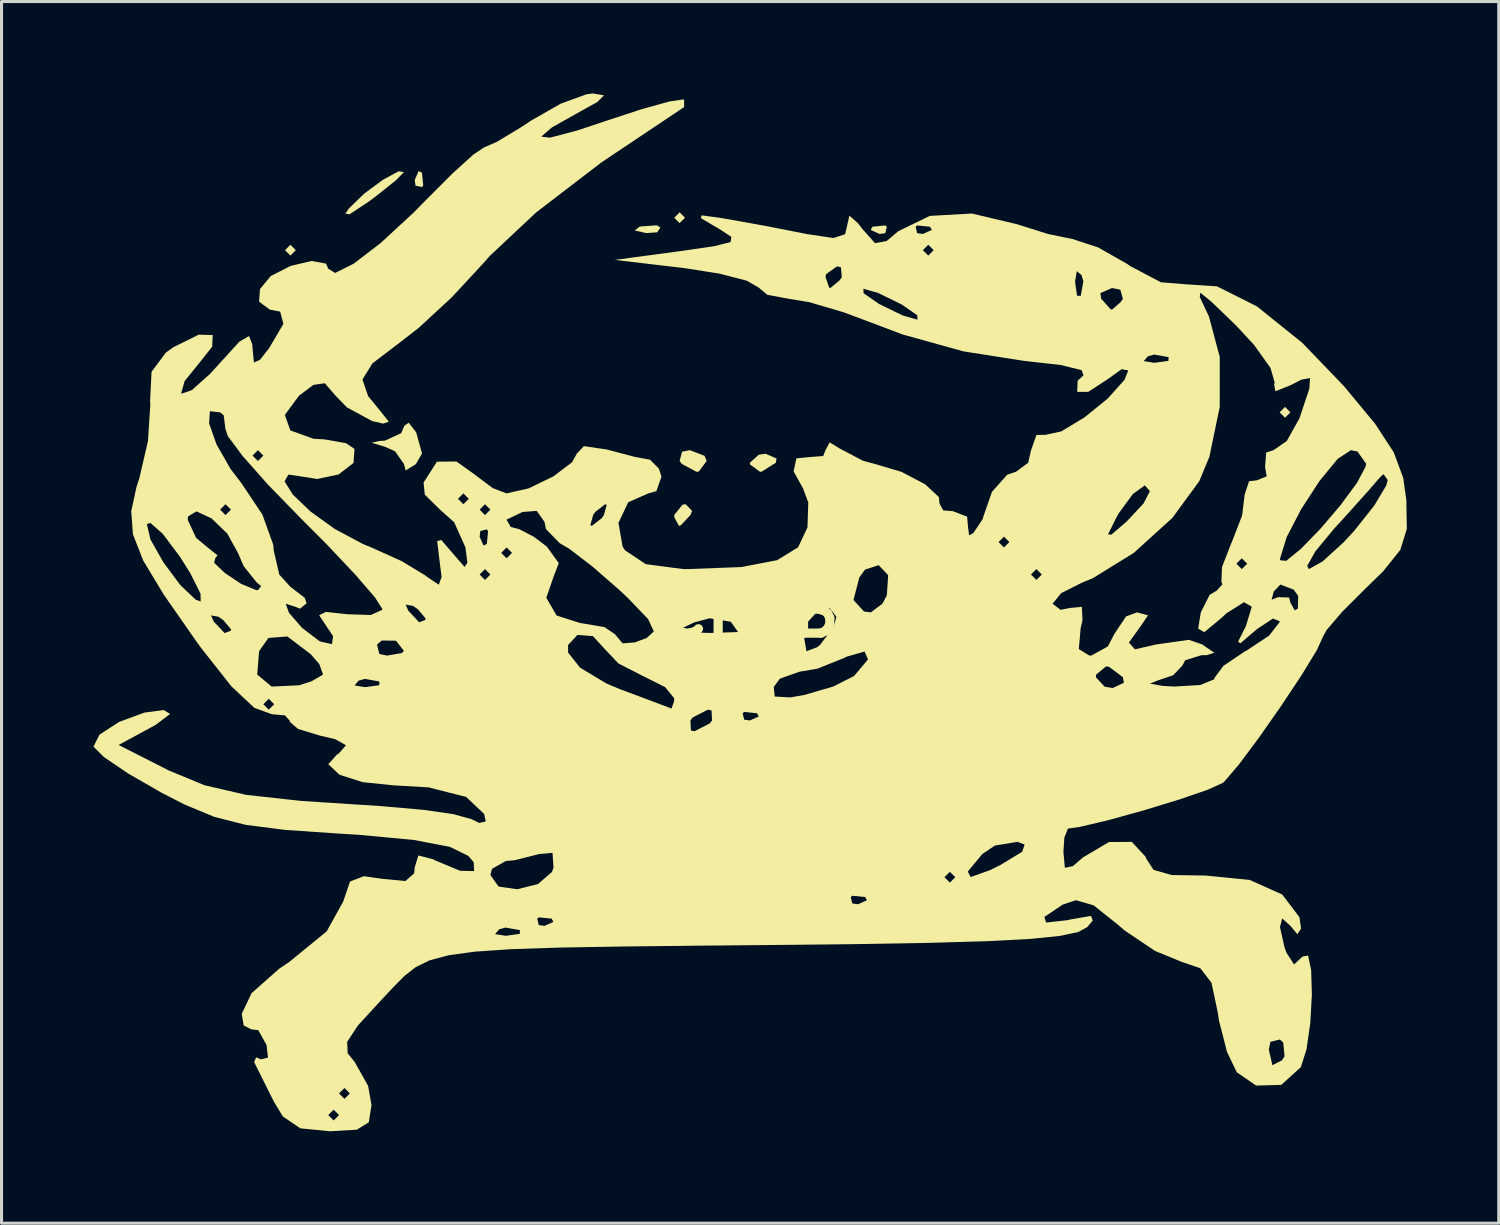
<source format=kicad_pcb>
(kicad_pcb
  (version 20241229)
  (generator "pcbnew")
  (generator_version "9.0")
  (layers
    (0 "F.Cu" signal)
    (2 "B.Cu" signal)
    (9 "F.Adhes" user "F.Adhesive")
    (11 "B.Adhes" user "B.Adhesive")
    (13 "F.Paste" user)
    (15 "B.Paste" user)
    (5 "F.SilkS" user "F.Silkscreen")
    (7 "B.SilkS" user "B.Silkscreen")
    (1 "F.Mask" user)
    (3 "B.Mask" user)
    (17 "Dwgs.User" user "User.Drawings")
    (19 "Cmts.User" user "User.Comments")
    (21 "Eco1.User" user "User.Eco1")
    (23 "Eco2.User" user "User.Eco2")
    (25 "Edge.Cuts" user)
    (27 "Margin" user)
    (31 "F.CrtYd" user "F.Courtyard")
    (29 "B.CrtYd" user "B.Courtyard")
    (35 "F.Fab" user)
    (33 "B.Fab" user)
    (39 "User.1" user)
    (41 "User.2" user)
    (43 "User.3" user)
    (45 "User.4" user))
  (footprint "CRAB"
    (layer "F.Cu")
    (at 21.419 16.931)
    (property "Reference" "CRAB" (at 0 0 0) (layer "F.SilkS") (effects (font (size 1.5 1.5) (thickness 0.3))))
    (attr board_only exclude_from_pos_files exclude_from_bom)
    (fp_poly (pts (xy -14.817 -11.818) (xy -14.993 -11.642) (xy -15.169 -11.818) (xy -14.993 -11.994)) (stroke (width 0) (type solid)) (fill yes) (layer "F.SilkS"))
    (fp_poly (pts (xy -2.117 -12.876) (xy -2.293 -12.7) (xy -2.469 -12.876) (xy -2.293 -13.053)) (stroke (width 0) (type solid)) (fill yes) (layer "F.SilkS"))
    (fp_poly (pts (xy 17.639 -6.526) (xy 17.462 -6.35) (xy 17.286 -6.526) (xy 17.462 -6.703)) (stroke (width 0) (type solid)) (fill yes) (layer "F.SilkS"))
    (fp_poly (pts (xy -10.701 -14.346) (xy -10.659 -13.928) (xy -10.701 -13.876) (xy -10.911 -13.924) (xy -10.936 -14.111) (xy -10.807 -14.401)) (stroke (width 0) (type solid)) (fill yes) (layer "F.SilkS"))
    (fp_poly (pts (xy -2.918 -12.56) (xy -3.023 -12.4) (xy -3.381 -12.375) (xy -3.757 -12.461) (xy -3.594 -12.588) (xy -3.043 -12.63)) (stroke (width 0) (type solid)) (fill yes) (layer "F.SilkS"))
    (fp_poly (pts (xy 4.469 -12.582) (xy 4.42 -12.373) (xy 4.233 -12.347) (xy 3.943 -12.476) (xy 3.998 -12.582) (xy 4.417 -12.625)) (stroke (width 0) (type solid)) (fill yes) (layer "F.SilkS"))
    (fp_poly (pts (xy -1.885 -3.312) (xy -1.94 -3.175) (xy -2.257 -2.838) (xy -2.314 -2.822) (xy -2.465 -3.095) (xy -2.469 -3.175) (xy -2.198 -3.514) (xy -2.096 -3.528)) (stroke (width 0) (type solid)) (fill yes) (layer "F.SilkS"))
    (fp_poly (pts (xy -1.478 -5.107) (xy -1.411 -4.939) (xy -1.664 -4.596) (xy -1.743 -4.586) (xy -2.221 -4.843) (xy -2.293 -4.939) (xy -2.213 -5.241) (xy -1.961 -5.292)) (stroke (width 0) (type solid)) (fill yes) (layer "F.SilkS"))
    (fp_poly (pts (xy 0.869 -5.021) (xy 0.846 -4.88) (xy 0.38 -4.589) (xy 0.332 -4.586) (xy 0.006 -4.823) (xy 0 -4.88) (xy 0.286 -5.143) (xy 0.514 -5.174)) (stroke (width 0) (type solid)) (fill yes) (layer "F.SilkS"))
    (fp_poly (pts (xy -11.289 -14.366) (xy -11.545 -14.102) (xy -12.183 -13.592) (xy -12.435 -13.404) (xy -13.061 -12.99) (xy -13.2 -13.011) (xy -13.082 -13.181) (xy -12.582 -13.666) (xy -11.966 -14.119) (xy -11.461 -14.392)) (stroke (width 0) (type solid)) (fill yes) (layer "F.SilkS"))
    (fp_poly (pts (xy -10.889 -5.875) (xy -10.698 -5.184) (xy -10.9 -4.834) (xy -11.231 -4.631) (xy -11.289 -4.842) (xy -11.58 -5.256) (xy -11.906 -5.401) (xy -12.341 -5.535) (xy -12.091 -5.591) (xy -11.906 -5.604) (xy -11.376 -5.848) (xy -11.278 -6.085) (xy -11.134 -6.189)) (stroke (width 0) (type solid)) (fill yes) (layer "F.SilkS"))
    (fp_poly (pts (xy -4.76 -16.871) (xy -4.978 -16.651) (xy -5.468 -16.38) (xy -6.461 -15.822) (xy -6.808 -15.523) (xy -6.523 -15.489) (xy -5.621 -15.728) (xy -4.751 -16.018) (xy -3.546 -16.414) (xy -2.625 -16.67) (xy -2.165 -16.737) (xy -2.147 -16.729) (xy -2.146 -16.487) (xy -4.848 -14.679) (xy -6.975 -13.049) (xy -8.489 -11.628) (xy -8.723 -11.363) (xy -9.729 -10.278) (xy -10.801 -9.287) (xy -11.422 -8.805) (xy -12.316 -8.124) (xy -12.642 -7.598) (xy -12.457 -7.056) (xy -12.138 -6.667) (xy -11.781 -6.221) (xy -11.97 -6.158) (xy -12.326 -6.242) (xy -13.148 -6.687) (xy -13.512 -7.062) (xy -13.872 -7.476) (xy -14.242 -7.422) (xy -14.714 -7.068) (xy -15.174 -6.441) (xy -14.995 -5.936) (xy -14.24 -5.664) (xy -13.885 -5.644) (xy -13.178 -5.52) (xy -12.901 -5.332) (xy -12.934 -4.875) (xy -13.422 -4.499) (xy -14.117 -4.351) (xy -14.447 -4.404) (xy -15.058 -4.496) (xy -15.184 -4.276) (xy -14.914 -3.842) (xy -14.338 -3.291) (xy -13.546 -2.722) (xy -12.627 -2.23) (xy -12.347 -2.116) (xy -11.36 -1.67) (xy -10.595 -1.207) (xy -10.542 -1.164) (xy -10.151 -0.902) (xy -10.06 -1.153) (xy -10.07 -1.235) (xy -8.819 -1.235) (xy -8.643 -1.058) (xy -8.467 -1.235) (xy -8.643 -1.411) (xy -8.819 -1.235) (xy -10.07 -1.235) (xy -10.124 -1.663) (xy -10.204 -2.327) (xy -10.069 -2.362) (xy -9.714 -1.947) (xy -9.308 -1.481) (xy -9.218 -1.619) (xy -9.259 -1.94) (xy -8.114 -1.94) (xy -7.938 -1.764) (xy -7.761 -1.94) (xy -7.938 -2.117) (xy -8.114 -1.94) (xy -9.259 -1.94) (xy -9.283 -2.123) (xy -9.438 -2.469) (xy -8.819 -2.469) (xy -8.69 -2.179) (xy -8.584 -2.234) (xy -8.542 -2.653) (xy -8.584 -2.705) (xy -8.794 -2.656) (xy -8.819 -2.469) (xy -9.438 -2.469) (xy -9.65 -2.941) (xy -9.744 -3.024) (xy -7.941 -3.024) (xy -7.804 -2.787) (xy -7.526 -2.714) (xy -7.047 -2.465) (xy -6.627 -2.147) (xy -6.236 -1.607) (xy -6.402 -1.172) (xy -6.642 -0.475) (xy -6.308 0.104) (xy -5.525 0.353) (xy -5.5 0.353) (xy -4.749 0.481) (xy -4.41 0.706) (xy -4.152 1.012) (xy -3.76 0.982) (xy -3.368 0.839) (xy -3.311 0.786) (xy 1.764 0.786) (xy 1.846 1.27) (xy 2.196 1.137) (xy 2.293 1.058) (xy 2.741 0.464) (xy 2.822 0.144) (xy 2.576 -0.17) (xy 2.293 -0.128) (xy 1.856 0.351) (xy 1.764 0.786) (xy -3.311 0.786) (xy -3.135 0.623) (xy -3.174 0.538) (xy -2.256 0.538) (xy -2.138 0.638) (xy -1.395 0.671) (xy -1.235 0.672) (xy -0.397 0.643) (xy -0.193 0.516) (xy -0.41 0.342) (xy -1.314 0.194) (xy -1.821 0.33) (xy -2.256 0.538) (xy -3.174 0.538) (xy -3.319 0.223) (xy -3.917 -0.402) (xy 3.38 -0.402) (xy 3.726 -0.026) (xy 3.95 0) (xy 4.323 -0.281) (xy 9.878 -0.281) (xy 10.139 -0.082) (xy 10.446 -0.143) (xy 10.832 -0.18) (xy 10.854 0.255) (xy 10.792 0.525) (xy 10.733 1.198) (xy 11.075 1.409) (xy 11.139 1.411) (xy 11.679 1.115) (xy 11.892 0.706) (xy 12.277 0.132) (xy 12.635 0) (xy 12.992 0.098) (xy 12.771 0.423) (xy 12.368 0.987) (xy 12.565 1.207) (xy 13.257 1.048) (xy 14.328 0.897) (xy 14.756 1.046) (xy 15.154 1.318) (xy 14.918 1.395) (xy 14.728 1.4) (xy 14.204 1.565) (xy 14.111 1.739) (xy 13.812 2.053) (xy 13.317 2.22) (xy 13.058 2.326) (xy 13.471 2.401) (xy 13.847 2.421) (xy 14.696 2.371) (xy 15.147 2.188) (xy 15.169 2.126) (xy 15.452 1.746) (xy 16.141 1.281) (xy 16.228 1.235) (xy 16.947 0.756) (xy 17.283 0.322) (xy 17.286 0.289) (xy 17.069 0.203) (xy 16.545 0.548) (xy 16.529 0.563) (xy 16.007 1.009) (xy 15.931 0.957) (xy 16.189 0.441) (xy 16.377 -0.183) (xy 16.125 -0.331) (xy 15.545 0.035) (xy 15.396 0.176) (xy 14.828 0.648) (xy 14.628 0.53) (xy 14.714 0) (xy 14.92 -0.409) (xy 17.023 -0.409) (xy 17.232 -0.495) (xy 17.593 -0.485) (xy 17.639 -0.315) (xy 17.78 -0.063) (xy 17.88 -0.123) (xy 17.891 -0.539) (xy 17.743 -0.742) (xy 17.311 -0.907) (xy 17.095 -0.682) (xy 17.023 -0.409) (xy 14.92 -0.409) (xy 15.003 -0.572) (xy 15.231 -0.706) (xy 15.421 -0.915) (xy 15.385 -0.995) (xy 15.406 -1.48) (xy 15.448 -1.587) (xy 15.875 -1.587) (xy 16.051 -1.411) (xy 16.155 -1.515) (xy 18.185 -1.515) (xy 18.239 -1.411) (xy 18.683 -1.657) (xy 19.367 -2.278) (xy 19.719 -2.658) (xy 20.372 -3.483) (xy 20.763 -4.135) (xy 20.814 -4.316) (xy 20.676 -4.51) (xy 20.548 -4.392) (xy 20.168 -3.951) (xy 19.496 -3.203) (xy 19.068 -2.734) (xy 18.456 -1.995) (xy 18.185 -1.515) (xy 16.155 -1.515) (xy 16.228 -1.587) (xy 16.114 -1.701) (xy 17.301 -1.701) (xy 17.499 -1.68) (xy 17.983 -2.073) (xy 18.619 -2.729) (xy 19.273 -3.496) (xy 19.809 -4.223) (xy 20.092 -4.758) (xy 20.107 -4.851) (xy 19.827 -5.248) (xy 19.613 -5.292) (xy 19.18 -5.007) (xy 18.594 -4.295) (xy 17.993 -3.373) (xy 17.516 -2.457) (xy 17.302 -1.761) (xy 17.301 -1.701) (xy 16.114 -1.701) (xy 16.051 -1.764) (xy 15.875 -1.587) (xy 15.448 -1.587) (xy 15.706 -2.25) (xy 15.721 -2.279) (xy 16.061 -3.158) (xy 16.144 -3.841) (xy 16.288 -4.279) (xy 16.536 -4.307) (xy 16.863 -4.436) (xy 16.811 -4.748) (xy 16.848 -5.215) (xy 17.086 -5.292) (xy 17.52 -5.591) (xy 17.927 -6.321) (xy 17.957 -6.403) (xy 18.254 -7.293) (xy 18.278 -7.646) (xy 17.992 -7.591) (xy 17.647 -7.413) (xy 17.146 -7.213) (xy 17.107 -7.448) (xy 17.125 -7.498) (xy 16.988 -7.975) (xy 16.449 -8.73) (xy 15.866 -9.358) (xy 15.067 -10.129) (xy 14.696 -10.431) (xy 14.68 -10.289) (xy 14.943 -9.731) (xy 14.977 -9.664) (xy 15.332 -8.334) (xy 15.332 -6.706) (xy 14.995 -5.079) (xy 14.665 -4.281) (xy 13.786 -3.082) (xy 12.528 -1.94) (xy 11.187 -1.112) (xy 10.853 -0.976) (xy 10.155 -0.625) (xy 9.878 -0.281) (xy 4.323 -0.281) (xy 4.324 -0.281) (xy 4.468 -0.553) (xy 4.513 -1.211) (xy 4.491 -1.235) (xy 9.172 -1.235) (xy 9.349 -1.058) (xy 9.525 -1.235) (xy 9.349 -1.411) (xy 9.172 -1.235) (xy 4.491 -1.235) (xy 4.203 -1.539) (xy 3.757 -1.395) (xy 3.573 -1.143) (xy 3.38 -0.402) (xy -3.917 -0.402) (xy -3.982 -0.47) (xy -4.251 -0.722) (xy -5.146 -1.502) (xy -5.892 -2.073) (xy -6.204 -2.256) (xy -6.654 -2.717) (xy -6.68 -2.845) (xy -5.205 -2.845) (xy -5.157 -2.822) (xy -4.835 -3.071) (xy -4.763 -3.175) (xy -4.673 -3.505) (xy -4.721 -3.528) (xy -5.043 -3.279) (xy -5.115 -3.175) (xy -5.205 -2.845) (xy -6.68 -2.845) (xy -6.703 -2.955) (xy -6.957 -3.311) (xy -7.422 -3.274) (xy -7.941 -3.024) (xy -9.744 -3.024) (xy -10.112 -3.351) (xy -8.819 -3.351) (xy -8.643 -3.175) (xy -8.467 -3.351) (xy -8.643 -3.528) (xy -8.819 -3.351) (xy -10.112 -3.351) (xy -10.115 -3.354) (xy -10.469 -3.704) (xy -9.525 -3.704) (xy -9.349 -3.528) (xy -9.172 -3.704) (xy -9.349 -3.881) (xy -9.525 -3.704) (xy -10.469 -3.704) (xy -10.608 -3.842) (xy -10.647 -4.236) (xy -10.212 -4.916) (xy -9.576 -4.922) (xy -9.053 -4.551) (xy -8.391 -4.054) (xy -7.941 -3.881) (xy -7.215 -4.046) (xy -6.41 -4.437) (xy -5.804 -4.897) (xy -5.647 -5.179) (xy -5.416 -5.424) (xy -4.667 -5.314) (xy -4.58 -5.29) (xy -3.754 -5.073) (xy -3.258 -4.98) (xy -3.257 -4.98) (xy -2.969 -4.688) (xy -2.885 -4.428) (xy -3.051 -3.956) (xy -3.313 -3.881) (xy -3.969 -3.593) (xy -4.288 -2.92) (xy -4.154 -2.149) (xy -4.074 -2.023) (xy -3.395 -1.572) (xy -2.178 -1.412) (xy -2.034 -1.411) (xy -0.277 -1.478) (xy 0.89 -1.702) (xy 1.573 -2.122) (xy 1.654 -2.293) (xy 8.114 -2.293) (xy 8.29 -2.117) (xy 8.467 -2.293) (xy 8.29 -2.469) (xy 8.114 -2.293) (xy 1.654 -2.293) (xy 1.879 -2.771) (xy 1.906 -3.583) (xy 1.737 -4.039) (xy 1.427 -4.599) (xy 1.518 -5.024) (xy 1.94 -5.066) (xy 2.393 -5.101) (xy 2.469 -5.297) (xy 2.603 -5.547) (xy 2.938 -5.342) (xy 3.689 -4.947) (xy 4.085 -4.84) (xy 4.953 -4.582) (xy 5.72 -4.178) (xy 6.168 -3.761) (xy 6.187 -3.55) (xy 6.309 -3.326) (xy 6.618 -3.303) (xy 7.089 -3.123) (xy 7.114 -2.822) (xy 7.153 -2.512) (xy 7.211 -2.544) (xy 11.687 -2.544) (xy 11.797 -2.536) (xy 12.296 -2.965) (xy 12.847 -3.555) (xy 13.053 -3.956) (xy 12.888 -4.143) (xy 12.498 -3.862) (xy 12.039 -3.237) (xy 11.945 -3.067) (xy 11.687 -2.544) (xy 7.211 -2.544) (xy 7.291 -2.587) (xy 7.597 -3.044) (xy 7.615 -3.116) (xy 7.9 -3.932) (xy 8.396 -4.491) (xy 8.681 -4.586) (xy 9.081 -4.88) (xy 9.172 -5.281) (xy 9.35 -5.787) (xy 9.646 -5.793) (xy 10.161 -5.904) (xy 10.916 -6.359) (xy 11.681 -6.98) (xy 12.223 -7.586) (xy 12.347 -7.894) (xy 12.132 -7.935) (xy 11.64 -7.583) (xy 11.041 -7.195) (xy 10.68 -7.194) (xy 10.696 -7.561) (xy 10.887 -7.731) (xy 10.823 -7.904) (xy 10.145 -8.07) (xy 9.016 -8.198) (xy 12.853 -8.198) (xy 13.2 -8.142) (xy 13.657 -8.207) (xy 13.663 -8.327) (xy 13.191 -8.411) (xy 12.987 -8.355) (xy 12.853 -8.198) (xy 9.016 -8.198) (xy 8.947 -8.206) (xy 8.937 -8.207) (xy 6.972 -8.515) (xy 4.974 -9.07) (xy 4.329 -9.315) (xy 3.065 -9.789) (xy 1.944 -10.12) (xy 1.271 -10.231) (xy 0.568 -10.362) (xy 0.334 -10.558) (xy 3.704 -10.558) (xy 3.709 -10.415) (xy 4.207 -10.069) (xy 4.233 -10.054) (xy 4.993 -9.685) (xy 5.468 -9.55) (xy 5.463 -9.693) (xy 4.965 -10.039) (xy 4.939 -10.054) (xy 4.179 -10.424) (xy 3.704 -10.558) (xy 0.334 -10.558) (xy 0.29 -10.596) (xy -0.097 -10.82) (xy -0.542 -10.936) (xy 2.469 -10.936) (xy 2.59 -10.593) (xy 2.625 -10.583) (xy 2.876 -10.789) (xy 10.611 -10.789) (xy 10.676 -10.332) (xy 10.796 -10.326) (xy 10.813 -10.417) (xy 11.437 -10.417) (xy 11.465 -10.231) (xy 11.767 -9.894) (xy 11.818 -9.878) (xy 12.099 -10.124) (xy 12.171 -10.231) (xy 12.087 -10.529) (xy 11.818 -10.583) (xy 11.437 -10.417) (xy 10.813 -10.417) (xy 10.881 -10.798) (xy 10.824 -11.002) (xy 10.668 -11.136) (xy 10.611 -10.789) (xy 2.876 -10.789) (xy 2.926 -10.831) (xy 2.999 -10.936) (xy 2.971 -11.261) (xy 2.843 -11.289) (xy 2.484 -11.033) (xy 2.469 -10.936) (xy -0.542 -10.936) (xy -0.989 -11.052) (xy -2.121 -11.23) (xy -4.41 -11.5) (xy -2.305 -11.782) (xy -2.056 -11.818) (xy 5.644 -11.818) (xy 5.821 -11.642) (xy 5.997 -11.818) (xy 5.821 -11.994) (xy 5.644 -11.818) (xy -2.056 -11.818) (xy -1.164 -11.947) (xy -0.629 -12.084) (xy -0.606 -12.253) (xy -1.001 -12.512) (xy -1.07 -12.551) (xy -1.602 -12.865) (xy -1.573 -12.954) (xy -0.924 -12.865) (xy -0.706 -12.828) (xy 0.537 -12.604) (xy 1.823 -12.351) (xy 1.852 -12.345) (xy 2.728 -12.214) (xy 3.108 -12.339) (xy 3.175 -12.629) (xy 3.247 -12.946) (xy 3.537 -12.687) (xy 3.672 -12.508) (xy 4.083 -12.047) (xy 4.461 -12.116) (xy 4.847 -12.44) (xy 5.141 -12.582) (xy 5.409 -12.582) (xy 5.458 -12.373) (xy 5.644 -12.347) (xy 5.935 -12.476) (xy 5.88 -12.582) (xy 5.461 -12.625) (xy 5.409 -12.582) (xy 5.141 -12.582) (xy 5.871 -12.936) (xy 7.241 -13.014) (xy 8.708 -12.667) (xy 9.734 -12.344) (xy 10.523 -12.183) (xy 11.363 -11.908) (xy 12.313 -11.368) (xy 12.406 -11.301) (xy 13.413 -10.77) (xy 14.194 -10.707) (xy 15.244 -10.637) (xy 16.545 -9.984) (xy 18.026 -8.794) (xy 19.385 -7.381) (xy 20.399 -6.157) (xy 21.008 -5.225) (xy 21.318 -4.391) (xy 21.421 -3.66) (xy 21.436 -2.721) (xy 21.223 -2.036) (xy 20.66 -1.334) (xy 20.117 -0.806) (xy 19.334 -0.024) (xy 18.819 0.576) (xy 18.698 0.798) (xy 18.506 1.224) (xy 18.012 2.034) (xy 17.34 3.047) (xy 16.614 4.085) (xy 15.955 4.968) (xy 15.488 5.515) (xy 15.431 5.566) (xy 14.944 5.787) (xy 14.004 6.11) (xy 12.84 6.465) (xy 11.683 6.785) (xy 10.765 7.002) (xy 10.378 7.056) (xy 10.261 7.354) (xy 10.231 7.816) (xy 10.278 8.336) (xy 10.539 8.281) (xy 10.876 7.992) (xy 11.717 7.495) (xy 12.463 7.49) (xy 12.912 7.974) (xy 12.927 8.026) (xy 13.171 8.402) (xy 13.763 8.572) (xy 14.868 8.588) (xy 16.307 8.731) (xy 17.371 9.207) (xy 17.932 9.947) (xy 17.986 10.319) (xy 17.864 10.502) (xy 17.639 10.231) (xy 17.369 9.987) (xy 17.297 10.271) (xy 17.445 10.929) (xy 17.512 11.113) (xy 17.757 11.489) (xy 18.035 11.23) (xy 18.215 11.2) (xy 18.315 11.679) (xy 18.338 12.475) (xy 18.287 13.396) (xy 18.165 14.252) (xy 17.979 14.84) (xy 17.34 15.419) (xy 16.52 15.442) (xy 15.886 15.007) (xy 15.567 14.338) (xy 15.549 14.267) (xy 16.933 14.267) (xy 17.05 14.776) (xy 17.355 14.624) (xy 17.447 14.488) (xy 17.403 14.035) (xy 17.292 13.938) (xy 16.985 14.015) (xy 16.933 14.267) (xy 15.549 14.267) (xy 15.308 13.323) (xy 15.265 13.048) (xy 15.064 12.089) (xy 14.697 11.612) (xy 14.101 11.41) (xy 13.216 11.046) (xy 12.234 10.385) (xy 12.011 10.194) (xy 11.214 9.559) (xy 10.64 9.393) (xy 10.208 9.537) (xy 9.608 9.94) (xy 9.667 10.122) (xy 10.362 10.045) (xy 10.495 10.015) (xy 11.131 9.905) (xy 11.189 10.056) (xy 11.006 10.273) (xy 10.714 10.431) (xy 10.124 10.557) (xy 9.161 10.656) (xy 7.752 10.73) (xy 5.825 10.786) (xy 3.305 10.828) (xy 1.657 10.846) (xy -1.569 10.876) (xy -4.168 10.904) (xy -6.215 10.939) (xy -7.79 10.991) (xy -8.969 11.071) (xy -9.83 11.189) (xy -10.45 11.355) (xy -10.906 11.578) (xy -11.277 11.869) (xy -11.64 12.238) (xy -11.997 12.618) (xy -12.789 13.479) (xy -13.141 14.015) (xy -13.124 14.388) (xy -12.895 14.672) (xy -12.457 15.453) (xy -12.347 16.077) (xy -12.433 16.638) (xy -12.825 16.881) (xy -13.699 16.933) (xy -14.671 16.837) (xy -15.241 16.448) (xy -15.267 16.404) (xy -13.758 16.404) (xy -13.582 16.581) (xy -13.406 16.404) (xy -13.582 16.228) (xy -13.758 16.404) (xy -15.267 16.404) (xy -15.534 15.963) (xy -15.666 15.699) (xy -13.406 15.699) (xy -13.229 15.875) (xy -13.053 15.699) (xy -13.229 15.522) (xy -13.406 15.699) (xy -15.666 15.699) (xy -15.93 15.17) (xy -16.177 14.674) (xy -16.11 14.518) (xy -15.962 14.586) (xy -15.724 14.531) (xy -15.772 14.116) (xy -16.042 13.633) (xy -16.268 13.607) (xy -16.518 13.481) (xy -16.581 13.101) (xy -16.26 12.426) (xy -15.359 11.629) (xy -15.027 11.405) (xy -13.918 10.499) (xy -8.314 10.499) (xy -7.967 10.555) (xy -7.509 10.491) (xy -7.504 10.37) (xy -7.976 10.286) (xy -8.18 10.342) (xy -8.314 10.499) (xy -13.918 10.499) (xy -13.809 10.41) (xy -13.579 9.995) (xy -6.938 9.995) (xy -6.89 10.205) (xy -6.703 10.231) (xy -6.412 10.101) (xy -6.468 9.995) (xy -6.886 9.953) (xy -6.938 9.995) (xy -13.579 9.995) (xy -13.273 9.444) (xy -13.22 9.29) (xy 3.293 9.29) (xy 3.341 9.5) (xy 3.528 9.525) (xy 3.818 9.396) (xy 3.763 9.29) (xy 3.344 9.248) (xy 3.293 9.29) (xy -13.22 9.29) (xy -13.048 8.784) (xy -12.596 8.61) (xy -12.005 8.694) (xy -11.24 8.767) (xy -11.016 8.571) (xy -8.467 8.571) (xy -8.2 8.949) (xy -7.589 9.035) (xy -6.914 8.865) (xy -6.657 8.643) (xy 6.35 8.643) (xy 6.526 8.819) (xy 6.703 8.643) (xy 6.526 8.467) (xy 6.35 8.643) (xy -6.657 8.643) (xy -6.457 8.471) (xy -6.454 8.46) (xy 7.109 8.46) (xy 7.204 8.637) (xy 7.85 8.407) (xy 8.202 8.229) (xy 8.886 7.811) (xy 8.965 7.576) (xy 8.732 7.489) (xy 7.995 7.61) (xy 7.585 7.887) (xy 7.109 8.46) (xy -6.454 8.46) (xy -6.407 8.327) (xy -6.441 7.848) (xy -6.872 7.886) (xy -7.67 8.088) (xy -7.966 8.114) (xy -8.416 8.371) (xy -8.467 8.571) (xy -11.016 8.571) (xy -10.955 8.518) (xy -10.936 8.322) (xy -10.818 7.933) (xy -10.348 8.053) (xy -10.254 8.101) (xy -9.454 8.433) (xy -8.998 8.444) (xy -9.012 8.154) (xy -9.189 7.946) (xy -9.788 7.653) (xy -10.963 7.427) (xy -12.77 7.259) (xy -13.397 7.22) (xy -15.168 7.099) (xy -16.454 6.934) (xy -17.473 6.675) (xy -18.446 6.271) (xy -19.194 5.888) (xy -20.276 5.266) (xy -21.077 4.723) (xy -21.419 4.382) (xy -21.222 3.99) (xy -20.583 3.576) (xy -19.75 3.27) (xy -19.122 3.189) (xy -18.919 3.316) (xy -19.376 3.663) (xy -19.559 3.765) (xy -20.598 4.328) (xy -18.952 5.164) (xy -17.794 5.642) (xy -16.437 5.956) (xy -14.663 6.151) (xy -14.033 6.193) (xy -12.039 6.322) (xy -10.629 6.447) (xy -9.686 6.583) (xy -9.088 6.746) (xy -8.829 6.873) (xy -8.619 6.824) (xy -8.671 6.579) (xy -9.259 6.023) (xy -10.486 5.711) (xy -11.642 5.644) (xy -12.637 5.541) (xy -13.375 5.305) (xy -13.406 5.286) (xy -13.757 4.955) (xy -13.476 4.643) (xy -13.406 4.597) (xy -13.179 4.337) (xy -13.531 4.138) (xy -14.017 4.025) (xy -14.744 3.805) (xy -15.015 3.573) (xy -15.005 3.547) (xy -15.022 3.528) (xy -1.94 3.528) (xy -1.924 3.853) (xy -1.806 3.881) (xy -1.307 3.623) (xy -1.235 3.528) (xy -1.246 3.293) (xy -0.235 3.293) (xy -0.187 3.502) (xy 0 3.528) (xy 0.29 3.399) (xy 0.235 3.293) (xy -0.183 3.25) (xy -0.235 3.293) (xy -1.246 3.293) (xy -1.251 3.202) (xy -1.369 3.175) (xy -1.868 3.432) (xy -1.94 3.528) (xy -15.022 3.528) (xy -15.17 3.362) (xy -15.595 3.325) (xy -16.17 3.116) (xy -16.295 2.999) (xy -15.875 2.999) (xy -15.699 3.175) (xy -15.522 2.999) (xy -15.699 2.822) (xy -15.875 2.999) (xy -16.295 2.999) (xy -16.922 2.411) (xy -17.221 2.032) (xy -16.075 2.032) (xy -15.605 2.422) (xy -14.808 2.385) (xy -12.9 2.385) (xy -12.553 2.442) (xy -12.095 2.377) (xy -12.09 2.256) (xy -12.562 2.172) (xy -12.766 2.228) (xy -12.9 2.385) (xy -14.808 2.385) (xy -14.707 2.38) (xy -14.301 2.249) (xy -13.928 2.031) (xy -14.049 1.691) (xy -14.327 1.368) (xy -14.742 1.053) (xy -12.167 1.053) (xy -12.091 1.359) (xy -11.839 1.411) (xy -11.355 1.329) (xy -11.289 1.256) (xy -11.437 1.067) (xy -5.933 1.067) (xy -5.932 1.313) (xy -5.543 1.804) (xy -4.681 2.322) (xy -4.23 2.511) (xy -3.288 2.863) (xy -2.675 3.094) (xy -2.558 3.139) (xy -2.473 2.903) (xy -2.469 2.804) (xy -2.766 2.44) (xy -2.777 2.435) (xy 0.778 2.435) (xy 0.811 2.747) (xy 1.313 2.776) (xy 1.771 2.697) (xy 2.722 2.421) (xy 3.321 2.117) (xy 11.289 2.117) (xy 11.576 2.426) (xy 11.839 2.469) (xy 12.204 2.298) (xy 12.171 2.117) (xy 11.72 1.777) (xy 11.621 1.764) (xy 11.298 2.033) (xy 11.289 2.117) (xy 3.321 2.117) (xy 3.399 2.077) (xy 3.406 2.071) (xy 3.855 1.535) (xy 3.742 1.279) (xy 3.148 1.45) (xy 3.087 1.484) (xy 2.206 1.838) (xy 1.619 1.937) (xy 0.978 2.165) (xy 0.778 2.435) (xy -2.777 2.435) (xy -3.482 2.08) (xy -3.499 2.074) (xy -4.293 1.665) (xy -4.723 1.21) (xy -5.121 0.776) (xy -5.625 0.737) (xy -5.933 1.067) (xy -11.437 1.067) (xy -11.547 0.926) (xy -12.013 0.919) (xy -12.167 1.053) (xy -14.742 1.053) (xy -15.091 0.788) (xy -15.709 0.835) (xy -16.015 1.267) (xy -16.075 2.032) (xy -17.221 2.032) (xy -17.918 1.147) (xy -18.067 0.941) (xy -18.652 0.101) (xy -17.582 0.101) (xy -17.496 0.298) (xy -17.141 0.677) (xy -16.937 0.599) (xy -16.933 0.55) (xy -17.184 0.252) (xy -17.341 0.143) (xy -17.582 0.101) (xy -18.652 0.101) (xy -19.124 -0.575) (xy -19.795 -1.688) (xy -20.132 -2.547) (xy -20.156 -2.881) (xy -19.677 -2.881) (xy -19.561 -2.382) (xy -19.138 -1.633) (xy -18.587 -0.892) (xy -18.084 -0.414) (xy -17.92 -0.353) (xy -17.926 -0.612) (xy -18.26 -1.276) (xy -18.59 -1.805) (xy -19.157 -2.561) (xy -19.562 -2.917) (xy -19.677 -2.881) (xy -20.156 -2.881) (xy -20.166 -3.019) (xy -18.344 -3.019) (xy -18.07 -2.432) (xy -17.727 -2.145) (xy -17.369 -1.858) (xy -17.442 -1.775) (xy -17.482 -1.618) (xy -17.128 -1.281) (xy -16.6 -0.929) (xy -16.119 -0.729) (xy -16.051 -0.722) (xy -15.948 -0.855) (xy -16.092 -0.976) (xy -16.517 -1.506) (xy -16.705 -1.941) (xy -17.056 -2.575) (xy -17.57 -3.067) (xy -18.058 -3.294) (xy -18.332 -3.131) (xy -18.344 -3.019) (xy -20.166 -3.019) (xy -20.187 -3.301) (xy -20.176 -3.351) (xy -17.286 -3.351) (xy -17.11 -3.175) (xy -16.933 -3.351) (xy -17.11 -3.528) (xy -17.286 -3.351) (xy -20.176 -3.351) (xy -20.013 -4.101) (xy -19.924 -4.369) (xy -19.642 -5.582) (xy -19.604 -6.162) (xy -17.645 -6.162) (xy -17.404 -5.48) (xy -16.946 -4.68) (xy -16.595 -4.22) (xy -15.907 -3.191) (xy -15.553 -2.206) (xy -15.537 -2.017) (xy -15.355 -1.231) (xy -14.993 -0.833) (xy -14.526 -0.475) (xy -14.464 -0.294) (xy -14.682 -0.119) (xy -14.817 -0.176) (xy -15.146 -0.281) (xy -15.039 0.014) (xy -14.615 0.504) (xy -14.031 0.949) (xy -13.637 1.038) (xy -13.601 0.778) (xy -13.802 0.476) (xy -14.055 0.094) (xy -13.833 -0.014) (xy -13.14 0.062) (xy -12.366 0.086) (xy -11.999 -0.081) (xy -11.994 -0.111) (xy -12.084 -0.252) (xy -11.232 -0.252) (xy -11.146 -0.055) (xy -10.791 0.324) (xy -10.587 0.247) (xy -10.583 0.197) (xy -10.834 -0.101) (xy -10.991 -0.21) (xy -11.232 -0.252) (xy -12.084 -0.252) (xy -12.232 -0.485) (xy -12.874 -1.229) (xy -13.814 -2.225) (xy -14.651 -3.065) (xy -15.723 -4.165) (xy -16.55 -5.099) (xy -16.563 -5.115) (xy -16.228 -5.115) (xy -16.051 -4.939) (xy -15.875 -5.115) (xy -16.051 -5.292) (xy -16.228 -5.115) (xy -16.563 -5.115) (xy -17.035 -5.751) (xy -17.114 -5.99) (xy -17.169 -6.427) (xy -17.28 -6.523) (xy -17.62 -6.564) (xy -17.645 -6.162) (xy -19.604 -6.162) (xy -19.564 -6.773) (xy -19.572 -6.897) (xy -19.524 -7.849) (xy -19.057 -8.476) (xy -18.815 -8.649) (xy -17.985 -9.061) (xy -17.528 -9.047) (xy -17.546 -8.666) (xy -17.955 -8.151) (xy -18.445 -7.545) (xy -18.555 -7.152) (xy -18.543 -7.136) (xy -18.212 -7.249) (xy -17.618 -7.778) (xy -17.293 -8.136) (xy -16.659 -8.832) (xy -16.343 -9.017) (xy -16.236 -8.742) (xy -16.231 -8.643) (xy -16.183 -8.153) (xy -15.987 -8.239) (xy -15.687 -8.622) (xy -15.222 -9.413) (xy -15.328 -9.814) (xy -15.666 -9.878) (xy -16.014 -10.138) (xy -15.986 -10.548) (xy -15.636 -10.972) (xy -14.989 -11.303) (xy -14.302 -11.465) (xy -13.832 -11.38) (xy -13.758 -11.215) (xy -13.534 -11.074) (xy -12.93 -11.376) (xy -12.047 -12.052) (xy -10.986 -13.031) (xy -10.571 -13.453) (xy -9.706 -14.319) (xy -9.025 -14.936) (xy -8.677 -15.169) (xy -8.258 -15.352) (xy -7.495 -15.811) (xy -7.131 -16.051) (xy -6.17 -16.599) (xy -5.328 -16.906) (xy -5.122 -16.931)) (stroke (width 0) (type solid)) (fill yes) (layer "F.SilkS")))
  (gr_rect
    (start -3 -3)
    (end 45.855 36.864)
    (stroke (width 0.1) (type default))
    (fill no)
    (layer "Edge.Cuts")))
</source>
